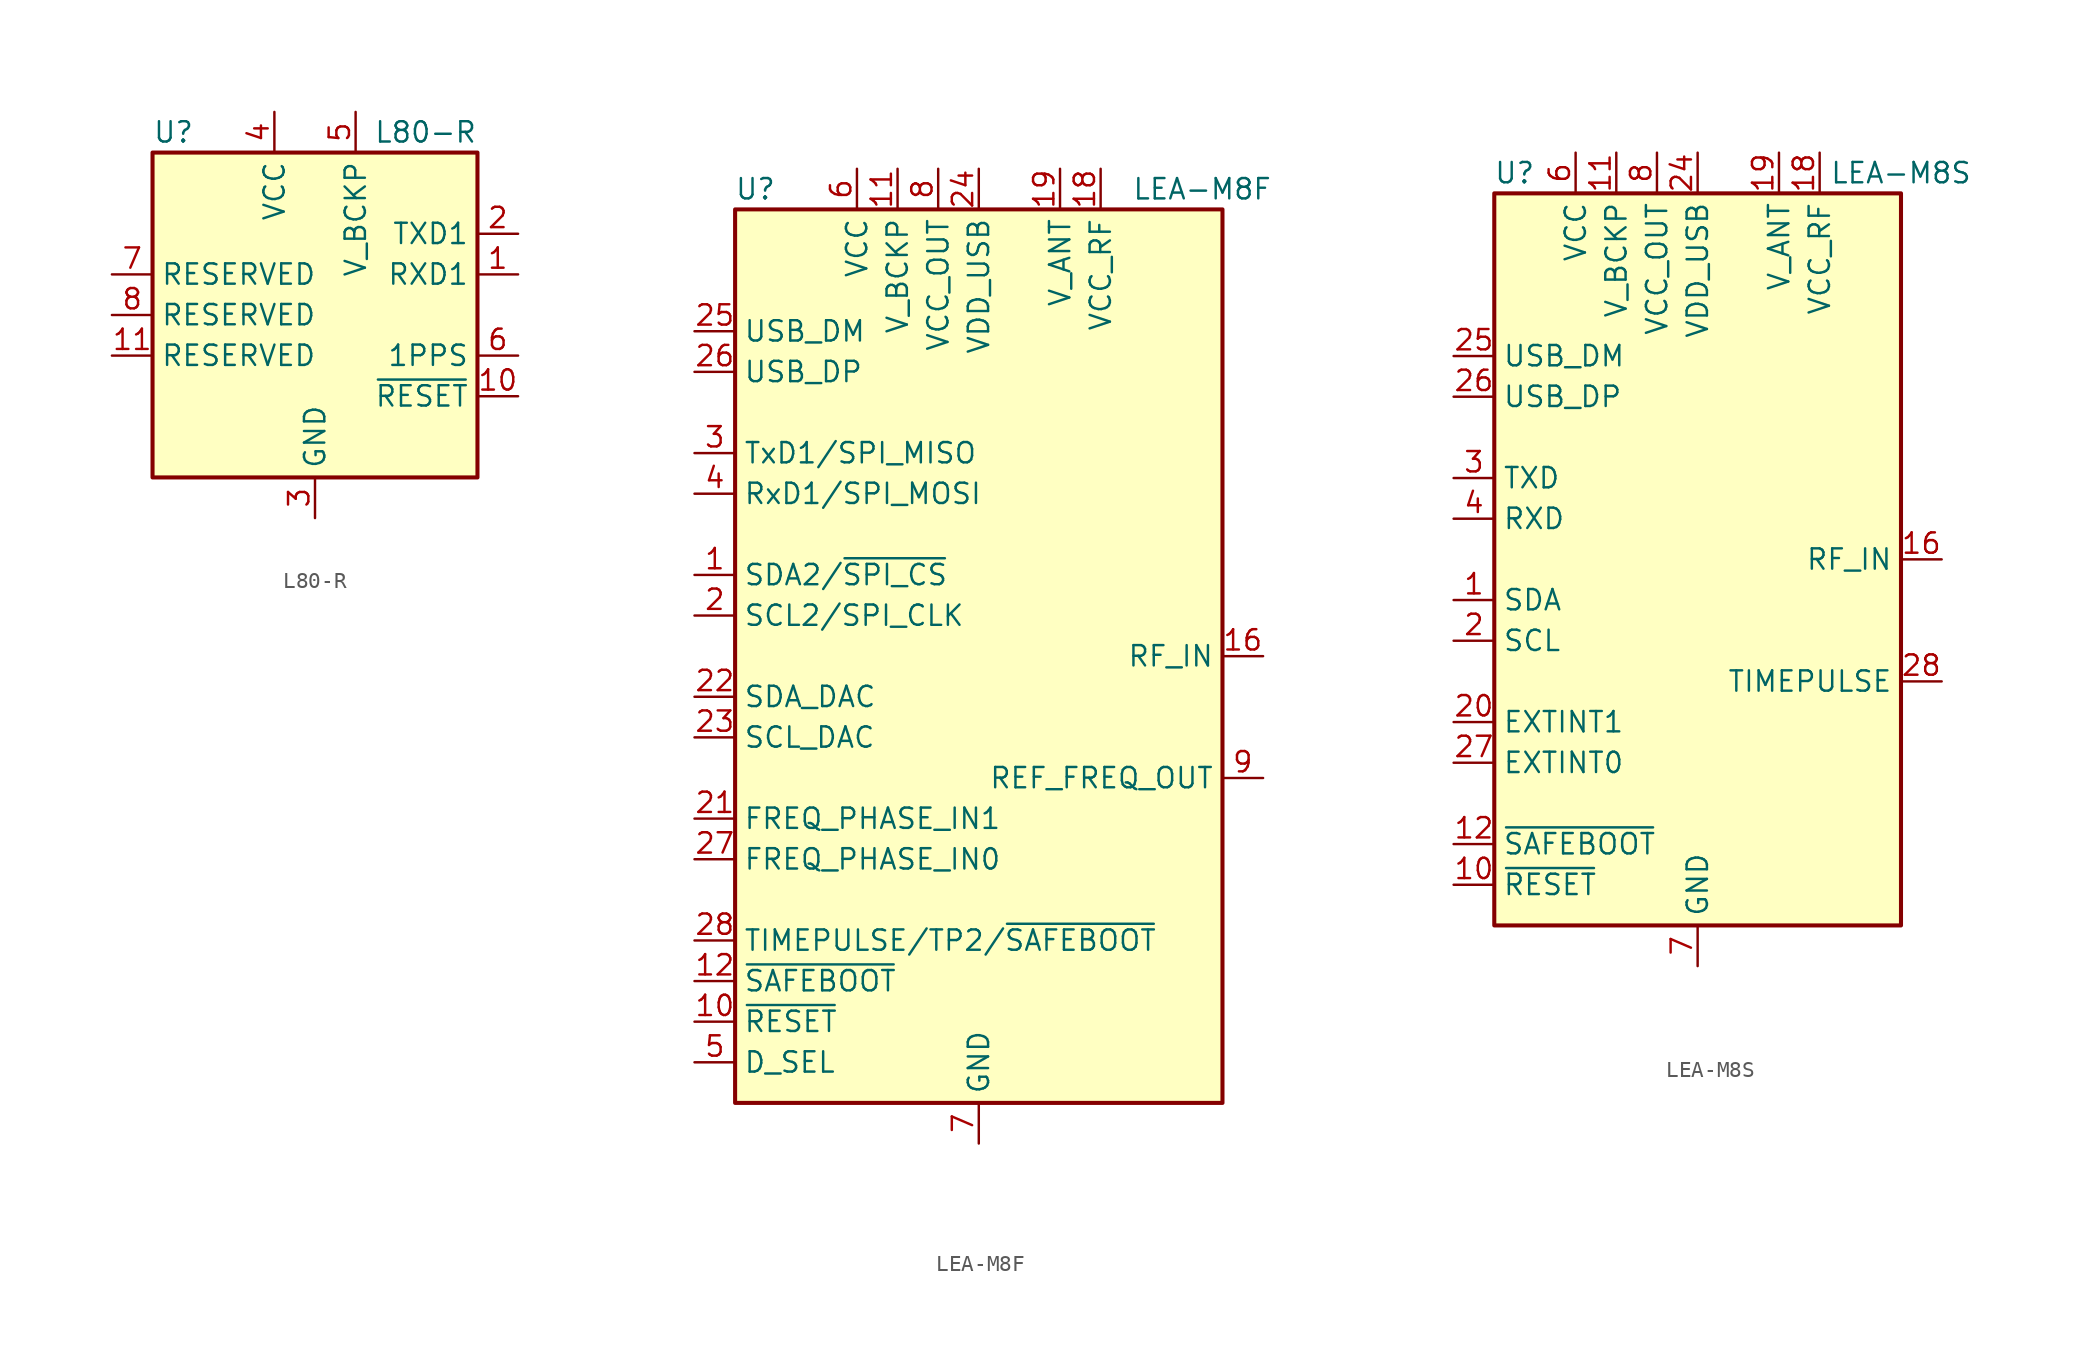
<source format=kicad_sym>
(kicad_symbol_lib
  (version 20201005)
  (generator kicad_symbol_editor)
  (symbol "RF_GPS:L80-R"
    (property "Reference" "U"
      (at -10.16 11.43 0)
      (effects (font (size 1.27 1.27)) (justify left)))
    (property "Value" "L80-R"
      (at 10.16 11.43 0)
      (effects (font (size 1.27 1.27)) (justify right)))
    (symbol "L80-R_0_1"
      (rectangle (start -10.16 10.16) (end 10.16 -10.16) (stroke (width 0.254)) (fill (type background))))
    (symbol "L80-R_1_1"
      (pin input line (at 12.7 2.54 180) (length 2.54) (name "RXD1" (effects (font (size 1.27 1.27)))) (number "1" (effects (font (size 1.27 1.27)))))
      (pin input line (at 12.7 -5.08 180) (length 2.54) (name "~RESET" (effects (font (size 1.27 1.27)))) (number "10" (effects (font (size 1.27 1.27)))))
      (pin passive line (at -12.7 -2.54 0) (length 2.54) (name "RESERVED" (effects (font (size 1.27 1.27)))) (number "11" (effects (font (size 1.27 1.27)))))
      (pin passive line (at 0 -12.7 90) (length 2.54) hide (name "GND" (effects (font (size 1.27 1.27)))) (number "12" (effects (font (size 1.27 1.27)))))
      (pin output line (at 12.7 5.08 180) (length 2.54) (name "TXD1" (effects (font (size 1.27 1.27)))) (number "2" (effects (font (size 1.27 1.27)))))
      (pin power_in line (at 0 -12.7 90) (length 2.54) (name "GND" (effects (font (size 1.27 1.27)))) (number "3" (effects (font (size 1.27 1.27)))))
      (pin power_in line (at -2.54 12.7 270) (length 2.54) (name "VCC" (effects (font (size 1.27 1.27)))) (number "4" (effects (font (size 1.27 1.27)))))
      (pin power_in line (at 2.54 12.7 270) (length 2.54) (name "V_BCKP" (effects (font (size 1.27 1.27)))) (number "5" (effects (font (size 1.27 1.27)))))
      (pin output line (at 12.7 -2.54 180) (length 2.54) (name "1PPS" (effects (font (size 1.27 1.27)))) (number "6" (effects (font (size 1.27 1.27)))))
      (pin passive line (at -12.7 2.54 0) (length 2.54) (name "RESERVED" (effects (font (size 1.27 1.27)))) (number "7" (effects (font (size 1.27 1.27)))))
      (pin passive line (at -12.7 0 0) (length 2.54) (name "RESERVED" (effects (font (size 1.27 1.27)))) (number "8" (effects (font (size 1.27 1.27)))))
      (pin no_connect line (at 10.16 0 180) (length 2.54) hide (name "NC" (effects (font (size 1.27 1.27)))) (number "9" (effects (font (size 1.27 1.27)))))))
  (symbol "RF_GPS:LEA-M8F"
    (property "Reference" "U"
      (at -13.97 29.21 0)
      (effects (font (size 1.27 1.27))))
    (property "Value" "LEA-M8F"
      (at 13.97 29.21 0)
      (effects (font (size 1.27 1.27))))
    (symbol "LEA-M8F_0_1"
      (rectangle (start -15.24 27.94) (end 15.24 -27.94) (stroke (width 0.254)) (fill (type background))))
    (symbol "LEA-M8F_1_1"
      (pin bidirectional line (at -17.78 5.08 0) (length 2.54) (name "SDA2/~SPI_CS" (effects (font (size 1.27 1.27)))) (number "1" (effects (font (size 1.27 1.27)))))
      (pin input line (at -17.78 -22.86 0) (length 2.54) (name "~RESET" (effects (font (size 1.27 1.27)))) (number "10" (effects (font (size 1.27 1.27)))))
      (pin power_in line (at -5.08 30.48 270) (length 2.54) (name "V_BCKP" (effects (font (size 1.27 1.27)))) (number "11" (effects (font (size 1.27 1.27)))))
      (pin input line (at -17.78 -20.32 0) (length 2.54) (name "~SAFEBOOT" (effects (font (size 1.27 1.27)))) (number "12" (effects (font (size 1.27 1.27)))))
      (pin passive line (at 0 -30.48 90) (length 2.54) hide (name "GND" (effects (font (size 1.27 1.27)))) (number "13" (effects (font (size 1.27 1.27)))))
      (pin passive line (at 0 -30.48 90) (length 2.54) hide (name "GND" (effects (font (size 1.27 1.27)))) (number "14" (effects (font (size 1.27 1.27)))))
      (pin passive line (at 0 -30.48 90) (length 2.54) hide (name "GND" (effects (font (size 1.27 1.27)))) (number "15" (effects (font (size 1.27 1.27)))))
      (pin input line (at 17.78 0 180) (length 2.54) (name "RF_IN" (effects (font (size 1.27 1.27)))) (number "16" (effects (font (size 1.27 1.27)))))
      (pin passive line (at 0 -30.48 90) (length 2.54) hide (name "GND" (effects (font (size 1.27 1.27)))) (number "17" (effects (font (size 1.27 1.27)))))
      (pin power_out line (at 7.62 30.48 270) (length 2.54) (name "VCC_RF" (effects (font (size 1.27 1.27)))) (number "18" (effects (font (size 1.27 1.27)))))
      (pin power_in line (at 5.08 30.48 270) (length 2.54) (name "V_ANT" (effects (font (size 1.27 1.27)))) (number "19" (effects (font (size 1.27 1.27)))))
      (pin input line (at -17.78 2.54 0) (length 2.54) (name "SCL2/SPI_CLK" (effects (font (size 1.27 1.27)))) (number "2" (effects (font (size 1.27 1.27)))))
      (pin no_connect line (at 15.24 2.54 180) (length 2.54) hide (name "RESERVED" (effects (font (size 1.27 1.27)))) (number "20" (effects (font (size 1.27 1.27)))))
      (pin input line (at -17.78 -10.16 0) (length 2.54) (name "FREQ_PHASE_IN1" (effects (font (size 1.27 1.27)))) (number "21" (effects (font (size 1.27 1.27)))))
      (pin bidirectional line (at -17.78 -2.54 0) (length 2.54) (name "SDA_DAC" (effects (font (size 1.27 1.27)))) (number "22" (effects (font (size 1.27 1.27)))))
      (pin output line (at -17.78 -5.08 0) (length 2.54) (name "SCL_DAC" (effects (font (size 1.27 1.27)))) (number "23" (effects (font (size 1.27 1.27)))))
      (pin power_in line (at 0 30.48 270) (length 2.54) (name "VDD_USB" (effects (font (size 1.27 1.27)))) (number "24" (effects (font (size 1.27 1.27)))))
      (pin bidirectional line (at -17.78 20.32 0) (length 2.54) (name "USB_DM" (effects (font (size 1.27 1.27)))) (number "25" (effects (font (size 1.27 1.27)))))
      (pin bidirectional line (at -17.78 17.78 0) (length 2.54) (name "USB_DP" (effects (font (size 1.27 1.27)))) (number "26" (effects (font (size 1.27 1.27)))))
      (pin input line (at -17.78 -12.7 0) (length 2.54) (name "FREQ_PHASE_IN0" (effects (font (size 1.27 1.27)))) (number "27" (effects (font (size 1.27 1.27)))))
      (pin bidirectional line (at -17.78 -17.78 0) (length 2.54) (name "TIMEPULSE/TP2/~SAFEBOOT" (effects (font (size 1.27 1.27)))) (number "28" (effects (font (size 1.27 1.27)))))
      (pin output line (at -17.78 12.7 0) (length 2.54) (name "TxD1/SPI_MISO" (effects (font (size 1.27 1.27)))) (number "3" (effects (font (size 1.27 1.27)))))
      (pin input line (at -17.78 10.16 0) (length 2.54) (name "RxD1/SPI_MOSI" (effects (font (size 1.27 1.27)))) (number "4" (effects (font (size 1.27 1.27)))))
      (pin input line (at -17.78 -25.4 0) (length 2.54) (name "D_SEL" (effects (font (size 1.27 1.27)))) (number "5" (effects (font (size 1.27 1.27)))))
      (pin power_in line (at -7.62 30.48 270) (length 2.54) (name "VCC" (effects (font (size 1.27 1.27)))) (number "6" (effects (font (size 1.27 1.27)))))
      (pin power_in line (at 0 -30.48 90) (length 2.54) (name "GND" (effects (font (size 1.27 1.27)))) (number "7" (effects (font (size 1.27 1.27)))))
      (pin power_out line (at -2.54 30.48 270) (length 2.54) (name "VCC_OUT" (effects (font (size 1.27 1.27)))) (number "8" (effects (font (size 1.27 1.27)))))
      (pin output line (at 17.78 -7.62 180) (length 2.54) (name "REF_FREQ_OUT" (effects (font (size 1.27 1.27)))) (number "9" (effects (font (size 1.27 1.27)))))))
  (symbol "RF_GPS:LEA-M8S"
    (property "Reference" "U"
      (at -11.43 24.13 0)
      (effects (font (size 1.27 1.27))))
    (property "Value" "LEA-M8S"
      (at 12.7 24.13 0)
      (effects (font (size 1.27 1.27))))
    (symbol "LEA-M8S_0_1"
      (rectangle (start -12.7 22.86) (end 12.7 -22.86) (stroke (width 0.254)) (fill (type background))))
    (symbol "LEA-M8S_1_1"
      (pin bidirectional line (at -15.24 -2.54 0) (length 2.54) (name "SDA" (effects (font (size 1.27 1.27)))) (number "1" (effects (font (size 1.27 1.27)))))
      (pin input line (at -15.24 -20.32 0) (length 2.54) (name "~RESET" (effects (font (size 1.27 1.27)))) (number "10" (effects (font (size 1.27 1.27)))))
      (pin power_in line (at -5.08 25.4 270) (length 2.54) (name "V_BCKP" (effects (font (size 1.27 1.27)))) (number "11" (effects (font (size 1.27 1.27)))))
      (pin input line (at -15.24 -17.78 0) (length 2.54) (name "~SAFEBOOT" (effects (font (size 1.27 1.27)))) (number "12" (effects (font (size 1.27 1.27)))))
      (pin passive line (at 0 -25.4 90) (length 2.54) hide (name "GND" (effects (font (size 1.27 1.27)))) (number "13" (effects (font (size 1.27 1.27)))))
      (pin passive line (at 0 -25.4 90) (length 2.54) hide (name "GND" (effects (font (size 1.27 1.27)))) (number "14" (effects (font (size 1.27 1.27)))))
      (pin passive line (at 0 -25.4 90) (length 2.54) hide (name "GND" (effects (font (size 1.27 1.27)))) (number "15" (effects (font (size 1.27 1.27)))))
      (pin input line (at 15.24 0 180) (length 2.54) (name "RF_IN" (effects (font (size 1.27 1.27)))) (number "16" (effects (font (size 1.27 1.27)))))
      (pin passive line (at 0 -25.4 90) (length 2.54) hide (name "GND" (effects (font (size 1.27 1.27)))) (number "17" (effects (font (size 1.27 1.27)))))
      (pin power_out line (at 7.62 25.4 270) (length 2.54) (name "VCC_RF" (effects (font (size 1.27 1.27)))) (number "18" (effects (font (size 1.27 1.27)))))
      (pin power_in line (at 5.08 25.4 270) (length 2.54) (name "V_ANT" (effects (font (size 1.27 1.27)))) (number "19" (effects (font (size 1.27 1.27)))))
      (pin input line (at -15.24 -5.08 0) (length 2.54) (name "SCL" (effects (font (size 1.27 1.27)))) (number "2" (effects (font (size 1.27 1.27)))))
      (pin input line (at -15.24 -10.16 0) (length 2.54) (name "EXTINT1" (effects (font (size 1.27 1.27)))) (number "20" (effects (font (size 1.27 1.27)))))
      (pin no_connect line (at 12.7 7.62 180) (length 2.54) hide (name "RESERVED" (effects (font (size 1.27 1.27)))) (number "21" (effects (font (size 1.27 1.27)))))
      (pin no_connect line (at 12.7 5.08 180) (length 2.54) hide (name "RESERVED" (effects (font (size 1.27 1.27)))) (number "22" (effects (font (size 1.27 1.27)))))
      (pin no_connect line (at 12.7 2.54 180) (length 2.54) hide (name "RESERVED" (effects (font (size 1.27 1.27)))) (number "23" (effects (font (size 1.27 1.27)))))
      (pin power_in line (at 0 25.4 270) (length 2.54) (name "VDD_USB" (effects (font (size 1.27 1.27)))) (number "24" (effects (font (size 1.27 1.27)))))
      (pin bidirectional line (at -15.24 12.7 0) (length 2.54) (name "USB_DM" (effects (font (size 1.27 1.27)))) (number "25" (effects (font (size 1.27 1.27)))))
      (pin bidirectional line (at -15.24 10.16 0) (length 2.54) (name "USB_DP" (effects (font (size 1.27 1.27)))) (number "26" (effects (font (size 1.27 1.27)))))
      (pin input line (at -15.24 -12.7 0) (length 2.54) (name "EXTINT0" (effects (font (size 1.27 1.27)))) (number "27" (effects (font (size 1.27 1.27)))))
      (pin output line (at 15.24 -7.62 180) (length 2.54) (name "TIMEPULSE" (effects (font (size 1.27 1.27)))) (number "28" (effects (font (size 1.27 1.27)))))
      (pin output line (at -15.24 5.08 0) (length 2.54) (name "TXD" (effects (font (size 1.27 1.27)))) (number "3" (effects (font (size 1.27 1.27)))))
      (pin input line (at -15.24 2.54 0) (length 2.54) (name "RXD" (effects (font (size 1.27 1.27)))) (number "4" (effects (font (size 1.27 1.27)))))
      (pin no_connect line (at 12.7 12.7 180) (length 2.54) hide (name "RESERVED" (effects (font (size 1.27 1.27)))) (number "5" (effects (font (size 1.27 1.27)))))
      (pin power_in line (at -7.62 25.4 270) (length 2.54) (name "VCC" (effects (font (size 1.27 1.27)))) (number "6" (effects (font (size 1.27 1.27)))))
      (pin power_in line (at 0 -25.4 90) (length 2.54) (name "GND" (effects (font (size 1.27 1.27)))) (number "7" (effects (font (size 1.27 1.27)))))
      (pin power_out line (at -2.54 25.4 270) (length 2.54) (name "VCC_OUT" (effects (font (size 1.27 1.27)))) (number "8" (effects (font (size 1.27 1.27)))))
      (pin no_connect line (at 12.7 10.16 180) (length 2.54) hide (name "RESERVED" (effects (font (size 1.27 1.27)))) (number "9" (effects (font (size 1.27 1.27))))))))
</source>
